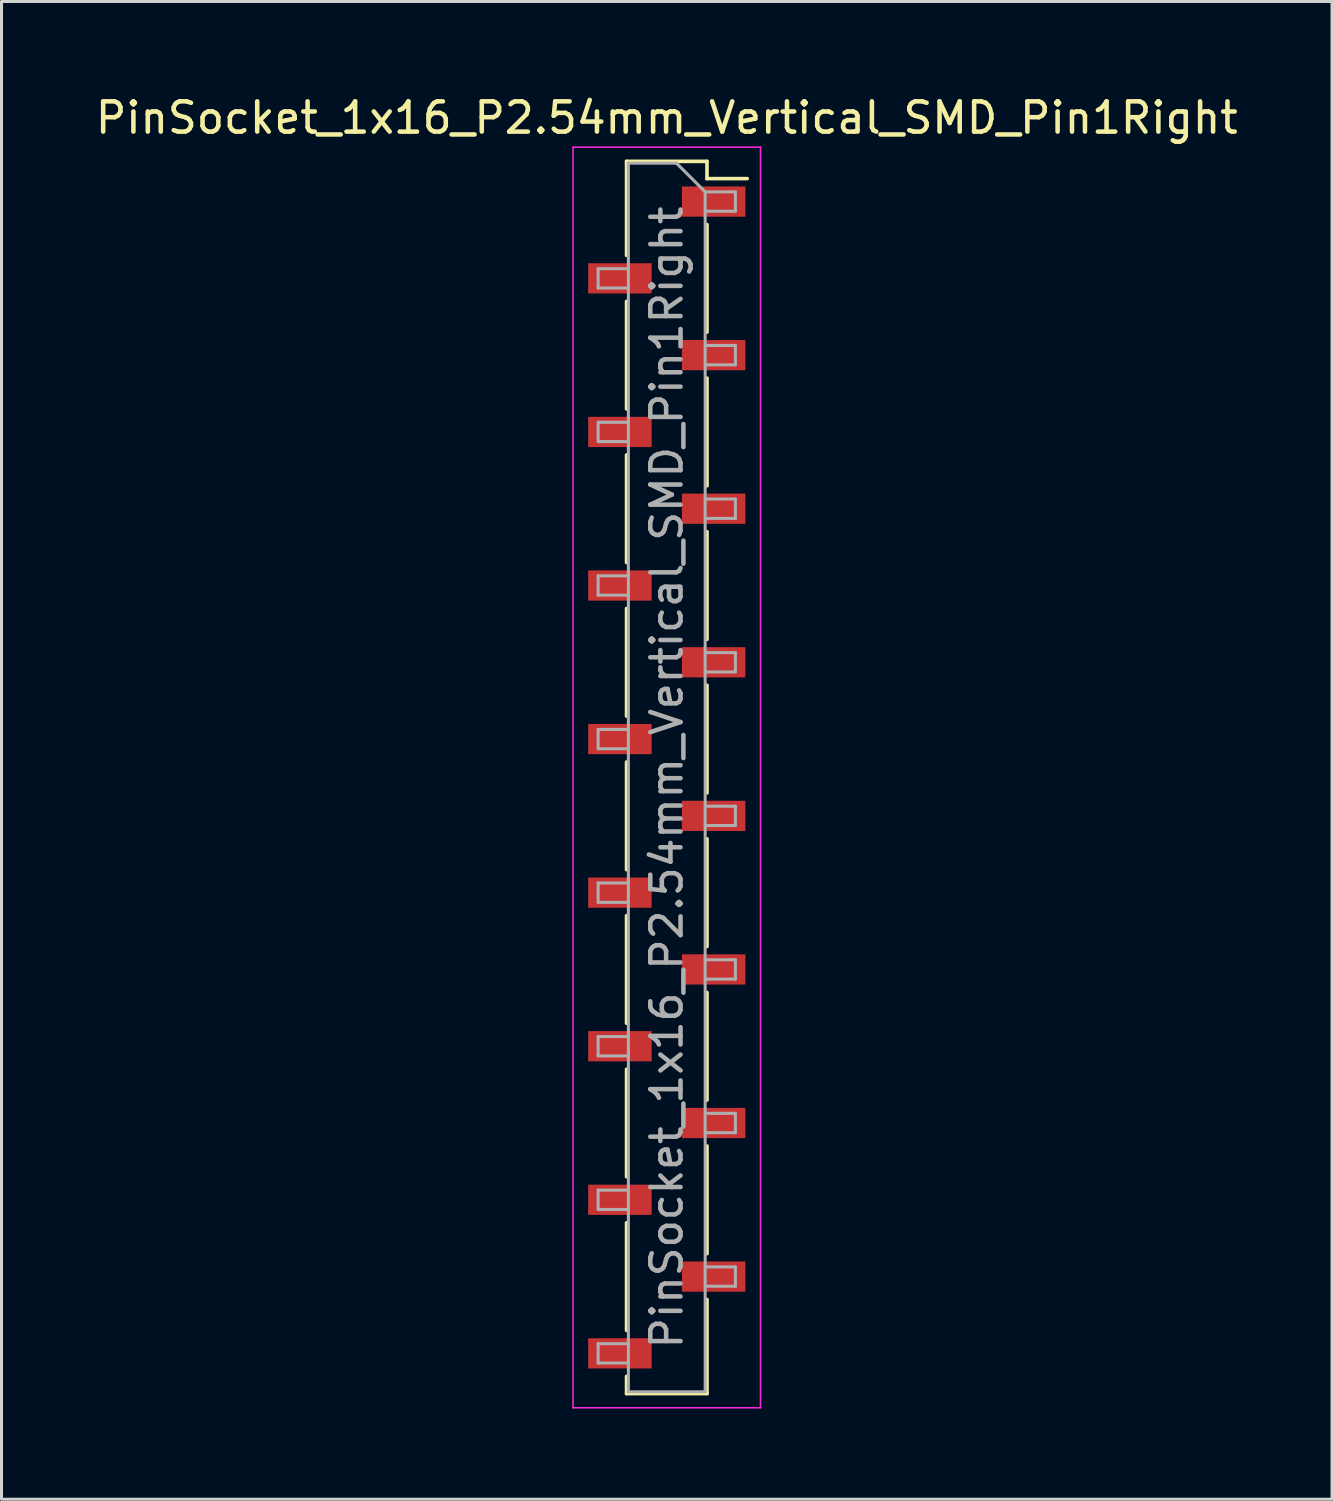
<source format=kicad_pcb>
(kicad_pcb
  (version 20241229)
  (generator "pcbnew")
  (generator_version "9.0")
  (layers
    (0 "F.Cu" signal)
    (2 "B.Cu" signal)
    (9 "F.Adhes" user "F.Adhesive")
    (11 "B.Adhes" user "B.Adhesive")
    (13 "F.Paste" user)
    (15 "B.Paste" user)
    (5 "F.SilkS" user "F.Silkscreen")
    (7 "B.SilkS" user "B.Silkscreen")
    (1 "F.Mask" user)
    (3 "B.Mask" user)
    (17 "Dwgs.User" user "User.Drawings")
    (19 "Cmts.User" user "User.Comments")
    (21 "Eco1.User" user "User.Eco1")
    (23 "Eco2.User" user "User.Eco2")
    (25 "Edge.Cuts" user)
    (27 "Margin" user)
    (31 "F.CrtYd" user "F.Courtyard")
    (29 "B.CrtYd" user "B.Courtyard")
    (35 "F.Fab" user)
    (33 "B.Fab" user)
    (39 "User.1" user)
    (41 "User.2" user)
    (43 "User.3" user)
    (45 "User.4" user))
  (footprint "PinSocket_1x16_P2.54mm_Vertical_SMD_Pin1Right"
    (layer "F.Cu")
    (at 19.006 22.668)
    (property "Reference" "PinSocket_1x16_P2.54mm_Vertical_SMD_Pin1Right" (at 0 -21.82 0) (layer "F.SilkS") (effects (font (size 1 1) (thickness 0.15))))
    (attr smd)
    (fp_line (start -1.33 -20.38) (end -1.33 -17.27) (stroke (width 0.12) (type solid)) (layer "F.SilkS"))
    (fp_line (start -1.33 -20.38) (end 1.33 -20.38) (stroke (width 0.12) (type solid)) (layer "F.SilkS"))
    (fp_line (start -1.33 -15.75) (end -1.33 -12.19) (stroke (width 0.12) (type solid)) (layer "F.SilkS"))
    (fp_line (start -1.33 -10.67) (end -1.33 -7.11) (stroke (width 0.12) (type solid)) (layer "F.SilkS"))
    (fp_line (start -1.33 -5.59) (end -1.33 -2.03) (stroke (width 0.12) (type solid)) (layer "F.SilkS"))
    (fp_line (start -1.33 -0.51) (end -1.33 3.05) (stroke (width 0.12) (type solid)) (layer "F.SilkS"))
    (fp_line (start -1.33 4.57) (end -1.33 8.13) (stroke (width 0.12) (type solid)) (layer "F.SilkS"))
    (fp_line (start -1.33 9.65) (end -1.33 13.21) (stroke (width 0.12) (type solid)) (layer "F.SilkS"))
    (fp_line (start -1.33 14.73) (end -1.33 18.29) (stroke (width 0.12) (type solid)) (layer "F.SilkS"))
    (fp_line (start -1.33 20.38) (end -1.33 19.81) (stroke (width 0.12) (type solid)) (layer "F.SilkS"))
    (fp_line (start 1.33 -20.38) (end 1.33 -19.81) (stroke (width 0.12) (type solid)) (layer "F.SilkS"))
    (fp_line (start 1.33 -19.81) (end 2.66 -19.81) (stroke (width 0.12) (type solid)) (layer "F.SilkS"))
    (fp_line (start 1.33 -18.29) (end 1.33 -14.73) (stroke (width 0.12) (type solid)) (layer "F.SilkS"))
    (fp_line (start 1.33 -13.21) (end 1.33 -9.65) (stroke (width 0.12) (type solid)) (layer "F.SilkS"))
    (fp_line (start 1.33 -8.13) (end 1.33 -4.57) (stroke (width 0.12) (type solid)) (layer "F.SilkS"))
    (fp_line (start 1.33 -3.05) (end 1.33 0.51) (stroke (width 0.12) (type solid)) (layer "F.SilkS"))
    (fp_line (start 1.33 2.03) (end 1.33 5.59) (stroke (width 0.12) (type solid)) (layer "F.SilkS"))
    (fp_line (start 1.33 7.11) (end 1.33 10.67) (stroke (width 0.12) (type solid)) (layer "F.SilkS"))
    (fp_line (start 1.33 12.19) (end 1.33 15.75) (stroke (width 0.12) (type solid)) (layer "F.SilkS"))
    (fp_line (start 1.33 17.27) (end 1.33 20.38) (stroke (width 0.12) (type solid)) (layer "F.SilkS"))
    (fp_line (start 1.33 20.38) (end -1.33 20.38) (stroke (width 0.12) (type solid)) (layer "F.SilkS"))
    (fp_line (start -3.1 -20.85) (end 3.1 -20.85) (stroke (width 0.05) (type solid)) (layer "F.CrtYd"))
    (fp_line (start -3.1 20.85) (end -3.1 -20.85) (stroke (width 0.05) (type solid)) (layer "F.CrtYd"))
    (fp_line (start 3.1 -20.85) (end 3.1 20.85) (stroke (width 0.05) (type solid)) (layer "F.CrtYd"))
    (fp_line (start 3.1 20.85) (end -3.1 20.85) (stroke (width 0.05) (type solid)) (layer "F.CrtYd"))
    (fp_line (start -2.27 -16.83) (end -1.27 -16.83) (stroke (width 0.1) (type solid)) (layer "F.Fab"))
    (fp_line (start -2.27 -16.19) (end -2.27 -16.83) (stroke (width 0.1) (type solid)) (layer "F.Fab"))
    (fp_line (start -2.27 -11.75) (end -1.27 -11.75) (stroke (width 0.1) (type solid)) (layer "F.Fab"))
    (fp_line (start -2.27 -11.11) (end -2.27 -11.75) (stroke (width 0.1) (type solid)) (layer "F.Fab"))
    (fp_line (start -2.27 -6.67) (end -1.27 -6.67) (stroke (width 0.1) (type solid)) (layer "F.Fab"))
    (fp_line (start -2.27 -6.03) (end -2.27 -6.67) (stroke (width 0.1) (type solid)) (layer "F.Fab"))
    (fp_line (start -2.27 -1.59) (end -1.27 -1.59) (stroke (width 0.1) (type solid)) (layer "F.Fab"))
    (fp_line (start -2.27 -0.95) (end -2.27 -1.59) (stroke (width 0.1) (type solid)) (layer "F.Fab"))
    (fp_line (start -2.27 3.49) (end -1.27 3.49) (stroke (width 0.1) (type solid)) (layer "F.Fab"))
    (fp_line (start -2.27 4.13) (end -2.27 3.49) (stroke (width 0.1) (type solid)) (layer "F.Fab"))
    (fp_line (start -2.27 8.57) (end -1.27 8.57) (stroke (width 0.1) (type solid)) (layer "F.Fab"))
    (fp_line (start -2.27 9.21) (end -2.27 8.57) (stroke (width 0.1) (type solid)) (layer "F.Fab"))
    (fp_line (start -2.27 13.65) (end -1.27 13.65) (stroke (width 0.1) (type solid)) (layer "F.Fab"))
    (fp_line (start -2.27 14.29) (end -2.27 13.65) (stroke (width 0.1) (type solid)) (layer "F.Fab"))
    (fp_line (start -2.27 18.73) (end -1.27 18.73) (stroke (width 0.1) (type solid)) (layer "F.Fab"))
    (fp_line (start -2.27 19.37) (end -2.27 18.73) (stroke (width 0.1) (type solid)) (layer "F.Fab"))
    (fp_line (start -1.27 -20.32) (end 0.32 -20.32) (stroke (width 0.1) (type solid)) (layer "F.Fab"))
    (fp_line (start -1.27 -16.19) (end -2.27 -16.19) (stroke (width 0.1) (type solid)) (layer "F.Fab"))
    (fp_line (start -1.27 -11.11) (end -2.27 -11.11) (stroke (width 0.1) (type solid)) (layer "F.Fab"))
    (fp_line (start -1.27 -6.03) (end -2.27 -6.03) (stroke (width 0.1) (type solid)) (layer "F.Fab"))
    (fp_line (start -1.27 -0.95) (end -2.27 -0.95) (stroke (width 0.1) (type solid)) (layer "F.Fab"))
    (fp_line (start -1.27 4.13) (end -2.27 4.13) (stroke (width 0.1) (type solid)) (layer "F.Fab"))
    (fp_line (start -1.27 9.21) (end -2.27 9.21) (stroke (width 0.1) (type solid)) (layer "F.Fab"))
    (fp_line (start -1.27 14.29) (end -2.27 14.29) (stroke (width 0.1) (type solid)) (layer "F.Fab"))
    (fp_line (start -1.27 19.37) (end -2.27 19.37) (stroke (width 0.1) (type solid)) (layer "F.Fab"))
    (fp_line (start -1.27 20.32) (end -1.27 -20.32) (stroke (width 0.1) (type solid)) (layer "F.Fab"))
    (fp_line (start 0.32 -20.32) (end 1.27 -19.37) (stroke (width 0.1) (type solid)) (layer "F.Fab"))
    (fp_line (start 1.27 -19.37) (end 1.27 20.32) (stroke (width 0.1) (type solid)) (layer "F.Fab"))
    (fp_line (start 1.27 -19.37) (end 2.27 -19.37) (stroke (width 0.1) (type solid)) (layer "F.Fab"))
    (fp_line (start 1.27 -14.29) (end 2.27 -14.29) (stroke (width 0.1) (type solid)) (layer "F.Fab"))
    (fp_line (start 1.27 -9.21) (end 2.27 -9.21) (stroke (width 0.1) (type solid)) (layer "F.Fab"))
    (fp_line (start 1.27 -4.13) (end 2.27 -4.13) (stroke (width 0.1) (type solid)) (layer "F.Fab"))
    (fp_line (start 1.27 0.95) (end 2.27 0.95) (stroke (width 0.1) (type solid)) (layer "F.Fab"))
    (fp_line (start 1.27 6.03) (end 2.27 6.03) (stroke (width 0.1) (type solid)) (layer "F.Fab"))
    (fp_line (start 1.27 11.11) (end 2.27 11.11) (stroke (width 0.1) (type solid)) (layer "F.Fab"))
    (fp_line (start 1.27 16.19) (end 2.27 16.19) (stroke (width 0.1) (type solid)) (layer "F.Fab"))
    (fp_line (start 1.27 20.32) (end -1.27 20.32) (stroke (width 0.1) (type solid)) (layer "F.Fab"))
    (fp_line (start 2.27 -19.37) (end 2.27 -18.73) (stroke (width 0.1) (type solid)) (layer "F.Fab"))
    (fp_line (start 2.27 -18.73) (end 1.27 -18.73) (stroke (width 0.1) (type solid)) (layer "F.Fab"))
    (fp_line (start 2.27 -14.29) (end 2.27 -13.65) (stroke (width 0.1) (type solid)) (layer "F.Fab"))
    (fp_line (start 2.27 -13.65) (end 1.27 -13.65) (stroke (width 0.1) (type solid)) (layer "F.Fab"))
    (fp_line (start 2.27 -9.21) (end 2.27 -8.57) (stroke (width 0.1) (type solid)) (layer "F.Fab"))
    (fp_line (start 2.27 -8.57) (end 1.27 -8.57) (stroke (width 0.1) (type solid)) (layer "F.Fab"))
    (fp_line (start 2.27 -4.13) (end 2.27 -3.49) (stroke (width 0.1) (type solid)) (layer "F.Fab"))
    (fp_line (start 2.27 -3.49) (end 1.27 -3.49) (stroke (width 0.1) (type solid)) (layer "F.Fab"))
    (fp_line (start 2.27 0.95) (end 2.27 1.59) (stroke (width 0.1) (type solid)) (layer "F.Fab"))
    (fp_line (start 2.27 1.59) (end 1.27 1.59) (stroke (width 0.1) (type solid)) (layer "F.Fab"))
    (fp_line (start 2.27 6.03) (end 2.27 6.67) (stroke (width 0.1) (type solid)) (layer "F.Fab"))
    (fp_line (start 2.27 6.67) (end 1.27 6.67) (stroke (width 0.1) (type solid)) (layer "F.Fab"))
    (fp_line (start 2.27 11.11) (end 2.27 11.75) (stroke (width 0.1) (type solid)) (layer "F.Fab"))
    (fp_line (start 2.27 11.75) (end 1.27 11.75) (stroke (width 0.1) (type solid)) (layer "F.Fab"))
    (fp_line (start 2.27 16.19) (end 2.27 16.83) (stroke (width 0.1) (type solid)) (layer "F.Fab"))
    (fp_line (start 2.27 16.83) (end 1.27 16.83) (stroke (width 0.1) (type solid)) (layer "F.Fab"))
    (fp_text user "${REFERENCE}" (at 0 0 90) (layer "F.Fab") (effects (font (size 1 1) (thickness 0.15))))
    (pad "1" smd rect (at 1.55 -19.05) (size 2.1 1) (layers "F.Cu" "F.Mask" "F.Paste"))
    (pad "2" smd rect (at -1.55 -16.51) (size 2.1 1) (layers "F.Cu" "F.Mask" "F.Paste"))
    (pad "3" smd rect (at 1.55 -13.97) (size 2.1 1) (layers "F.Cu" "F.Mask" "F.Paste"))
    (pad "4" smd rect (at -1.55 -11.43) (size 2.1 1) (layers "F.Cu" "F.Mask" "F.Paste"))
    (pad "5" smd rect (at 1.55 -8.89) (size 2.1 1) (layers "F.Cu" "F.Mask" "F.Paste"))
    (pad "6" smd rect (at -1.55 -6.35) (size 2.1 1) (layers "F.Cu" "F.Mask" "F.Paste"))
    (pad "7" smd rect (at 1.55 -3.81) (size 2.1 1) (layers "F.Cu" "F.Mask" "F.Paste"))
    (pad "8" smd rect (at -1.55 -1.27) (size 2.1 1) (layers "F.Cu" "F.Mask" "F.Paste"))
    (pad "9" smd rect (at 1.55 1.27) (size 2.1 1) (layers "F.Cu" "F.Mask" "F.Paste"))
    (pad "10" smd rect (at -1.55 3.81) (size 2.1 1) (layers "F.Cu" "F.Mask" "F.Paste"))
    (pad "11" smd rect (at 1.55 6.35) (size 2.1 1) (layers "F.Cu" "F.Mask" "F.Paste"))
    (pad "12" smd rect (at -1.55 8.89) (size 2.1 1) (layers "F.Cu" "F.Mask" "F.Paste"))
    (pad "13" smd rect (at 1.55 11.43) (size 2.1 1) (layers "F.Cu" "F.Mask" "F.Paste"))
    (pad "14" smd rect (at -1.55 13.97) (size 2.1 1) (layers "F.Cu" "F.Mask" "F.Paste"))
    (pad "15" smd rect (at 1.55 16.51) (size 2.1 1) (layers "F.Cu" "F.Mask" "F.Paste"))
    (pad "16" smd rect (at -1.55 19.05) (size 2.1 1) (layers "F.Cu" "F.Mask" "F.Paste")))
  (gr_rect
    (start -3 -3)
    (end 41.012 46.543)
    (stroke (width 0.1) (type default))
    (fill no)
    (layer "Edge.Cuts")))
</source>
